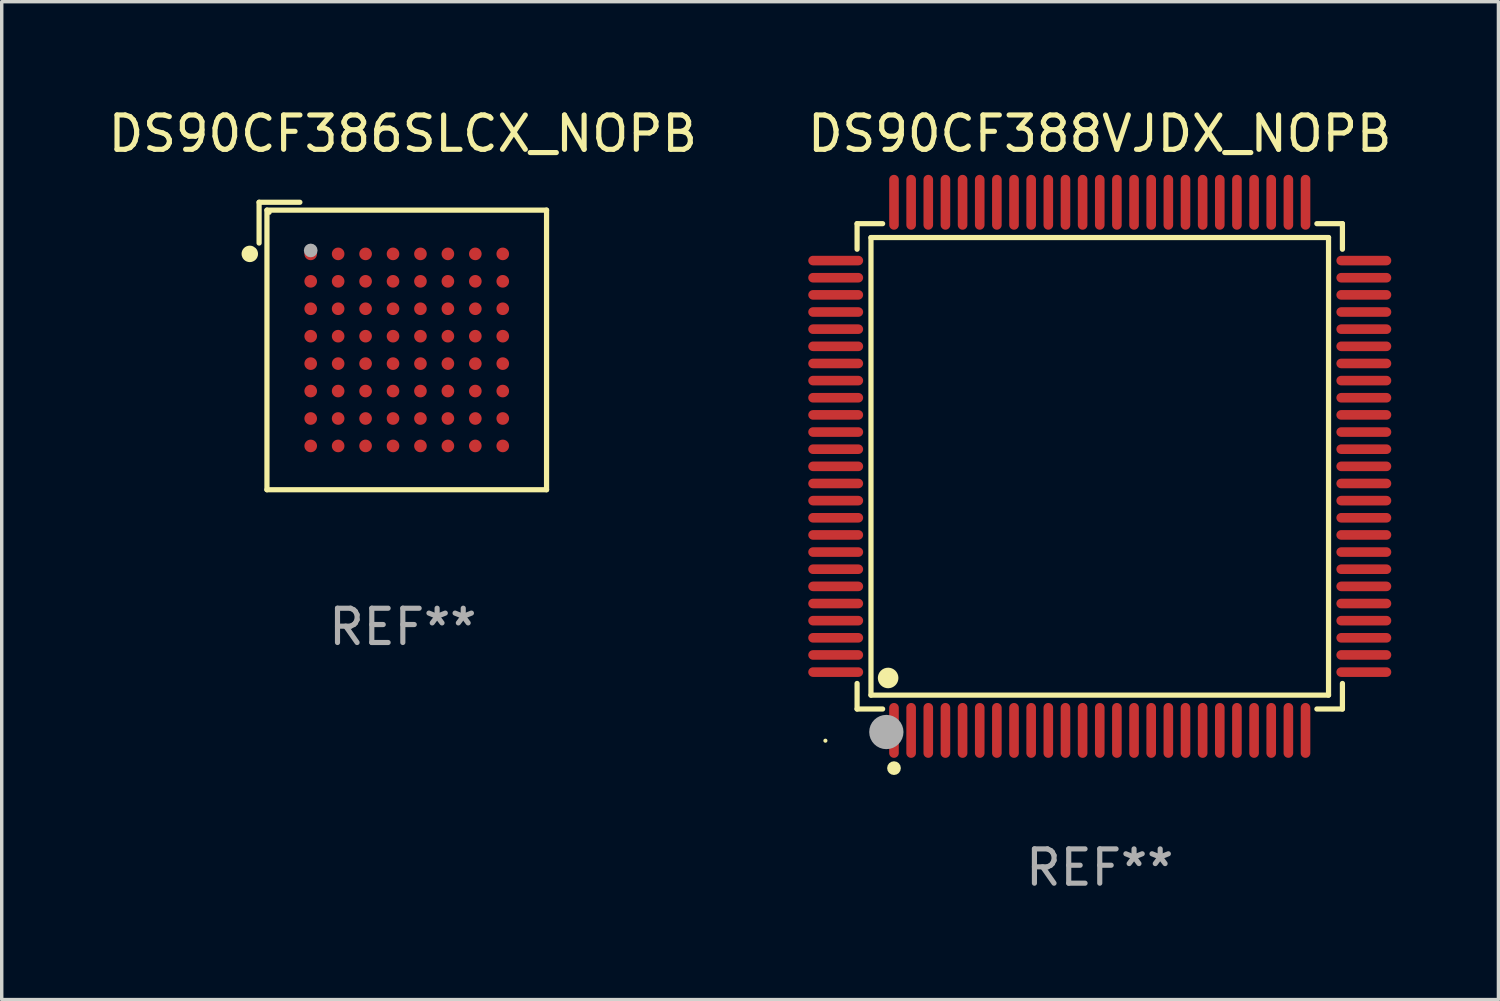
<source format=kicad_pcb>
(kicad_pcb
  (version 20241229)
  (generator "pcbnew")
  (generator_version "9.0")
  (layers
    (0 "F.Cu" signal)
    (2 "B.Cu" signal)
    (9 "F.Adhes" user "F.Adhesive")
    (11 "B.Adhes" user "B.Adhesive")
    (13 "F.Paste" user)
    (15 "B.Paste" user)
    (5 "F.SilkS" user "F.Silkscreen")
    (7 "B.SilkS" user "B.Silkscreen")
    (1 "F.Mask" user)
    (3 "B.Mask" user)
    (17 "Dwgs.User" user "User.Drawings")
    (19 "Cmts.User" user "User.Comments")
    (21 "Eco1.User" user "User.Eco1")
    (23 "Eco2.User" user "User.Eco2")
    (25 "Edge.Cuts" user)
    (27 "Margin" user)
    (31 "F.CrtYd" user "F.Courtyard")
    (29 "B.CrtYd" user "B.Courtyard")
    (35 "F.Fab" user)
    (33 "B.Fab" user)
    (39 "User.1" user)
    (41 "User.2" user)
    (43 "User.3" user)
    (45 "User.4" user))
  (footprint "DS90CF388VJDX_NOPB"
    (layer "F.Cu")
    (at 29.018 10.548)
    (property "Reference" "DS90CF388VJDX_NOPB" (at 0 -9.7 0) (layer "F.SilkS") (effects (font (size 1 1) (thickness 0.15))))
    (attr through_hole)
    (fp_line (start -7.076 -7.076) (end -6.331 -7.076) (stroke (width 0.152) (type solid)) (layer "F.SilkS"))
    (fp_line (start -7.076 -6.331) (end -7.076 -7.076) (stroke (width 0.152) (type solid)) (layer "F.SilkS"))
    (fp_line (start -7.076 6.331) (end -7.076 7.076) (stroke (width 0.152) (type solid)) (layer "F.SilkS"))
    (fp_line (start -7.076 7.076) (end -6.331 7.076) (stroke (width 0.152) (type solid)) (layer "F.SilkS"))
    (fp_line (start -6.671 -6.671) (end 6.671 -6.671) (stroke (width 0.152) (type solid)) (layer "F.SilkS"))
    (fp_line (start -6.671 6.671) (end -6.671 -6.671) (stroke (width 0.152) (type solid)) (layer "F.SilkS"))
    (fp_line (start 6.671 -6.671) (end 6.671 6.671) (stroke (width 0.152) (type solid)) (layer "F.SilkS"))
    (fp_line (start 6.671 6.671) (end -6.671 6.671) (stroke (width 0.152) (type solid)) (layer "F.SilkS"))
    (fp_line (start 7.076 -7.076) (end 6.331 -7.076) (stroke (width 0.152) (type solid)) (layer "F.SilkS"))
    (fp_line (start 7.076 -6.331) (end 7.076 -7.076) (stroke (width 0.152) (type solid)) (layer "F.SilkS"))
    (fp_line (start 7.076 6.331) (end 7.076 7.076) (stroke (width 0.152) (type solid)) (layer "F.SilkS"))
    (fp_line (start 7.076 7.076) (end 6.331 7.076) (stroke (width 0.152) (type solid)) (layer "F.SilkS"))
    (fp_circle (center -8 8) (end -7.97 8) (stroke (width 0.06) (type solid)) (fill no) (layer "F.SilkS"))
    (fp_circle (center -6.171 6.171) (end -6.021 6.171) (stroke (width 0.3) (type solid)) (fill no) (layer "F.SilkS"))
    (fp_circle (center -6 8.8) (end -5.9 8.8) (stroke (width 0.2) (type solid)) (fill no) (layer "F.SilkS"))
    (fp_circle (center -6.223 7.747) (end -5.973 7.747) (stroke (width 0.5) (type solid)) (fill no) (layer "F.Fab"))
    (fp_text user "REF**" (at 0 11.7 0) (layer "F.Fab") (effects (font (size 1 1) (thickness 0.15))))
    (pad "1" smd oval (at -6 7.7) (size 0.28 1.6) (layers "F.Cu" "F.Mask" "F.Paste"))
    (pad "2" smd oval (at -5.5 7.7) (size 0.28 1.6) (layers "F.Cu" "F.Mask" "F.Paste"))
    (pad "3" smd oval (at -5 7.7) (size 0.28 1.6) (layers "F.Cu" "F.Mask" "F.Paste"))
    (pad "4" smd oval (at -4.5 7.7) (size 0.28 1.6) (layers "F.Cu" "F.Mask" "F.Paste"))
    (pad "5" smd oval (at -4 7.7) (size 0.28 1.6) (layers "F.Cu" "F.Mask" "F.Paste"))
    (pad "6" smd oval (at -3.5 7.7) (size 0.28 1.6) (layers "F.Cu" "F.Mask" "F.Paste"))
    (pad "7" smd oval (at -3 7.7) (size 0.28 1.6) (layers "F.Cu" "F.Mask" "F.Paste"))
    (pad "8" smd oval (at -2.5 7.7) (size 0.28 1.6) (layers "F.Cu" "F.Mask" "F.Paste"))
    (pad "9" smd oval (at -2 7.7) (size 0.28 1.6) (layers "F.Cu" "F.Mask" "F.Paste"))
    (pad "10" smd oval (at -1.5 7.7) (size 0.28 1.6) (layers "F.Cu" "F.Mask" "F.Paste"))
    (pad "11" smd oval (at -1 7.7) (size 0.28 1.6) (layers "F.Cu" "F.Mask" "F.Paste"))
    (pad "12" smd oval (at -0.5 7.7) (size 0.28 1.6) (layers "F.Cu" "F.Mask" "F.Paste"))
    (pad "13" smd oval (at 0 7.7) (size 0.28 1.6) (layers "F.Cu" "F.Mask" "F.Paste"))
    (pad "14" smd oval (at 0.5 7.7) (size 0.28 1.6) (layers "F.Cu" "F.Mask" "F.Paste"))
    (pad "15" smd oval (at 1 7.7) (size 0.28 1.6) (layers "F.Cu" "F.Mask" "F.Paste"))
    (pad "16" smd oval (at 1.5 7.7) (size 0.28 1.6) (layers "F.Cu" "F.Mask" "F.Paste"))
    (pad "17" smd oval (at 2 7.7) (size 0.28 1.6) (layers "F.Cu" "F.Mask" "F.Paste"))
    (pad "18" smd oval (at 2.5 7.7) (size 0.28 1.6) (layers "F.Cu" "F.Mask" "F.Paste"))
    (pad "19" smd oval (at 3 7.7) (size 0.28 1.6) (layers "F.Cu" "F.Mask" "F.Paste"))
    (pad "20" smd oval (at 3.5 7.7) (size 0.28 1.6) (layers "F.Cu" "F.Mask" "F.Paste"))
    (pad "21" smd oval (at 4 7.7) (size 0.28 1.6) (layers "F.Cu" "F.Mask" "F.Paste"))
    (pad "22" smd oval (at 4.5 7.7) (size 0.28 1.6) (layers "F.Cu" "F.Mask" "F.Paste"))
    (pad "23" smd oval (at 5 7.7) (size 0.28 1.6) (layers "F.Cu" "F.Mask" "F.Paste"))
    (pad "24" smd oval (at 5.5 7.7) (size 0.28 1.6) (layers "F.Cu" "F.Mask" "F.Paste"))
    (pad "25" smd oval (at 6 7.7) (size 0.28 1.6) (layers "F.Cu" "F.Mask" "F.Paste"))
    (pad "26" smd oval (at 7.7 6) (size 1.6 0.28) (layers "F.Cu" "F.Mask" "F.Paste"))
    (pad "27" smd oval (at 7.7 5.5) (size 1.6 0.28) (layers "F.Cu" "F.Mask" "F.Paste"))
    (pad "28" smd oval (at 7.7 5) (size 1.6 0.28) (layers "F.Cu" "F.Mask" "F.Paste"))
    (pad "29" smd oval (at 7.7 4.5) (size 1.6 0.28) (layers "F.Cu" "F.Mask" "F.Paste"))
    (pad "30" smd oval (at 7.7 4) (size 1.6 0.28) (layers "F.Cu" "F.Mask" "F.Paste"))
    (pad "31" smd oval (at 7.7 3.5) (size 1.6 0.28) (layers "F.Cu" "F.Mask" "F.Paste"))
    (pad "32" smd oval (at 7.7 3) (size 1.6 0.28) (layers "F.Cu" "F.Mask" "F.Paste"))
    (pad "33" smd oval (at 7.7 2.5) (size 1.6 0.28) (layers "F.Cu" "F.Mask" "F.Paste"))
    (pad "34" smd oval (at 7.7 2) (size 1.6 0.28) (layers "F.Cu" "F.Mask" "F.Paste"))
    (pad "35" smd oval (at 7.7 1.5) (size 1.6 0.28) (layers "F.Cu" "F.Mask" "F.Paste"))
    (pad "36" smd oval (at 7.7 1) (size 1.6 0.28) (layers "F.Cu" "F.Mask" "F.Paste"))
    (pad "37" smd oval (at 7.7 0.5) (size 1.6 0.28) (layers "F.Cu" "F.Mask" "F.Paste"))
    (pad "38" smd oval (at 7.7 0) (size 1.6 0.28) (layers "F.Cu" "F.Mask" "F.Paste"))
    (pad "39" smd oval (at 7.7 -0.5) (size 1.6 0.28) (layers "F.Cu" "F.Mask" "F.Paste"))
    (pad "40" smd oval (at 7.7 -1) (size 1.6 0.28) (layers "F.Cu" "F.Mask" "F.Paste"))
    (pad "41" smd oval (at 7.7 -1.5) (size 1.6 0.28) (layers "F.Cu" "F.Mask" "F.Paste"))
    (pad "42" smd oval (at 7.7 -2) (size 1.6 0.28) (layers "F.Cu" "F.Mask" "F.Paste"))
    (pad "43" smd oval (at 7.7 -2.5) (size 1.6 0.28) (layers "F.Cu" "F.Mask" "F.Paste"))
    (pad "44" smd oval (at 7.7 -3) (size 1.6 0.28) (layers "F.Cu" "F.Mask" "F.Paste"))
    (pad "45" smd oval (at 7.7 -3.5) (size 1.6 0.28) (layers "F.Cu" "F.Mask" "F.Paste"))
    (pad "46" smd oval (at 7.7 -4) (size 1.6 0.28) (layers "F.Cu" "F.Mask" "F.Paste"))
    (pad "47" smd oval (at 7.7 -4.5) (size 1.6 0.28) (layers "F.Cu" "F.Mask" "F.Paste"))
    (pad "48" smd oval (at 7.7 -5) (size 1.6 0.28) (layers "F.Cu" "F.Mask" "F.Paste"))
    (pad "49" smd oval (at 7.7 -5.5) (size 1.6 0.28) (layers "F.Cu" "F.Mask" "F.Paste"))
    (pad "50" smd oval (at 7.7 -6) (size 1.6 0.28) (layers "F.Cu" "F.Mask" "F.Paste"))
    (pad "51" smd oval (at 6 -7.7) (size 0.28 1.6) (layers "F.Cu" "F.Mask" "F.Paste"))
    (pad "52" smd oval (at 5.5 -7.7) (size 0.28 1.6) (layers "F.Cu" "F.Mask" "F.Paste"))
    (pad "53" smd oval (at 5 -7.7) (size 0.28 1.6) (layers "F.Cu" "F.Mask" "F.Paste"))
    (pad "54" smd oval (at 4.5 -7.7) (size 0.28 1.6) (layers "F.Cu" "F.Mask" "F.Paste"))
    (pad "55" smd oval (at 4 -7.7) (size 0.28 1.6) (layers "F.Cu" "F.Mask" "F.Paste"))
    (pad "56" smd oval (at 3.5 -7.7) (size 0.28 1.6) (layers "F.Cu" "F.Mask" "F.Paste"))
    (pad "57" smd oval (at 3 -7.7) (size 0.28 1.6) (layers "F.Cu" "F.Mask" "F.Paste"))
    (pad "58" smd oval (at 2.5 -7.7) (size 0.28 1.6) (layers "F.Cu" "F.Mask" "F.Paste"))
    (pad "59" smd oval (at 2 -7.7) (size 0.28 1.6) (layers "F.Cu" "F.Mask" "F.Paste"))
    (pad "60" smd oval (at 1.5 -7.7) (size 0.28 1.6) (layers "F.Cu" "F.Mask" "F.Paste"))
    (pad "61" smd oval (at 1 -7.7) (size 0.28 1.6) (layers "F.Cu" "F.Mask" "F.Paste"))
    (pad "62" smd oval (at 0.5 -7.7) (size 0.28 1.6) (layers "F.Cu" "F.Mask" "F.Paste"))
    (pad "63" smd oval (at 0 -7.7) (size 0.28 1.6) (layers "F.Cu" "F.Mask" "F.Paste"))
    (pad "64" smd oval (at -0.5 -7.7) (size 0.28 1.6) (layers "F.Cu" "F.Mask" "F.Paste"))
    (pad "65" smd oval (at -1 -7.7) (size 0.28 1.6) (layers "F.Cu" "F.Mask" "F.Paste"))
    (pad "66" smd oval (at -1.5 -7.7) (size 0.28 1.6) (layers "F.Cu" "F.Mask" "F.Paste"))
    (pad "67" smd oval (at -2 -7.7) (size 0.28 1.6) (layers "F.Cu" "F.Mask" "F.Paste"))
    (pad "68" smd oval (at -2.5 -7.7) (size 0.28 1.6) (layers "F.Cu" "F.Mask" "F.Paste"))
    (pad "69" smd oval (at -3 -7.7) (size 0.28 1.6) (layers "F.Cu" "F.Mask" "F.Paste"))
    (pad "70" smd oval (at -3.5 -7.7) (size 0.28 1.6) (layers "F.Cu" "F.Mask" "F.Paste"))
    (pad "71" smd oval (at -4 -7.7) (size 0.28 1.6) (layers "F.Cu" "F.Mask" "F.Paste"))
    (pad "72" smd oval (at -4.5 -7.7) (size 0.28 1.6) (layers "F.Cu" "F.Mask" "F.Paste"))
    (pad "73" smd oval (at -5 -7.7) (size 0.28 1.6) (layers "F.Cu" "F.Mask" "F.Paste"))
    (pad "74" smd oval (at -5.5 -7.7) (size 0.28 1.6) (layers "F.Cu" "F.Mask" "F.Paste"))
    (pad "75" smd oval (at -6 -7.7) (size 0.28 1.6) (layers "F.Cu" "F.Mask" "F.Paste"))
    (pad "76" smd oval (at -7.7 -6) (size 1.6 0.28) (layers "F.Cu" "F.Mask" "F.Paste"))
    (pad "77" smd oval (at -7.7 -5.5) (size 1.6 0.28) (layers "F.Cu" "F.Mask" "F.Paste"))
    (pad "78" smd oval (at -7.7 -5) (size 1.6 0.28) (layers "F.Cu" "F.Mask" "F.Paste"))
    (pad "79" smd oval (at -7.7 -4.5) (size 1.6 0.28) (layers "F.Cu" "F.Mask" "F.Paste"))
    (pad "80" smd oval (at -7.7 -4) (size 1.6 0.28) (layers "F.Cu" "F.Mask" "F.Paste"))
    (pad "81" smd oval (at -7.7 -3.5) (size 1.6 0.28) (layers "F.Cu" "F.Mask" "F.Paste"))
    (pad "82" smd oval (at -7.7 -3) (size 1.6 0.28) (layers "F.Cu" "F.Mask" "F.Paste"))
    (pad "83" smd oval (at -7.7 -2.5) (size 1.6 0.28) (layers "F.Cu" "F.Mask" "F.Paste"))
    (pad "84" smd oval (at -7.7 -2) (size 1.6 0.28) (layers "F.Cu" "F.Mask" "F.Paste"))
    (pad "85" smd oval (at -7.7 -1.5) (size 1.6 0.28) (layers "F.Cu" "F.Mask" "F.Paste"))
    (pad "86" smd oval (at -7.7 -1) (size 1.6 0.28) (layers "F.Cu" "F.Mask" "F.Paste"))
    (pad "87" smd oval (at -7.7 -0.5) (size 1.6 0.28) (layers "F.Cu" "F.Mask" "F.Paste"))
    (pad "88" smd oval (at -7.7 0) (size 1.6 0.28) (layers "F.Cu" "F.Mask" "F.Paste"))
    (pad "89" smd oval (at -7.7 0.5) (size 1.6 0.28) (layers "F.Cu" "F.Mask" "F.Paste"))
    (pad "90" smd oval (at -7.7 1) (size 1.6 0.28) (layers "F.Cu" "F.Mask" "F.Paste"))
    (pad "91" smd oval (at -7.7 1.5) (size 1.6 0.28) (layers "F.Cu" "F.Mask" "F.Paste"))
    (pad "92" smd oval (at -7.7 2) (size 1.6 0.28) (layers "F.Cu" "F.Mask" "F.Paste"))
    (pad "93" smd oval (at -7.7 2.5) (size 1.6 0.28) (layers "F.Cu" "F.Mask" "F.Paste"))
    (pad "94" smd oval (at -7.7 3) (size 1.6 0.28) (layers "F.Cu" "F.Mask" "F.Paste"))
    (pad "95" smd oval (at -7.7 3.5) (size 1.6 0.28) (layers "F.Cu" "F.Mask" "F.Paste"))
    (pad "96" smd oval (at -7.7 4) (size 1.6 0.28) (layers "F.Cu" "F.Mask" "F.Paste"))
    (pad "97" smd oval (at -7.7 4.5) (size 1.6 0.28) (layers "F.Cu" "F.Mask" "F.Paste"))
    (pad "98" smd oval (at -7.7 5) (size 1.6 0.28) (layers "F.Cu" "F.Mask" "F.Paste"))
    (pad "99" smd oval (at -7.7 5.5) (size 1.6 0.28) (layers "F.Cu" "F.Mask" "F.Paste"))
    (pad "100" smd oval (at -7.7 6) (size 1.6 0.28) (layers "F.Cu" "F.Mask" "F.Paste")))
  (footprint "DS90CF386SLCX_NOPB"
    (layer "F.Cu")
    (at 8.696 7.039)
    (property "Reference" "DS90CF386SLCX_NOPB" (at 0 -6.191 0) (layer "F.SilkS") (effects (font (size 1 1) (thickness 0.15))))
    (attr through_hole)
    (fp_line (start -4.191 -4.191) (end -3.002 -4.191) (stroke (width 0.152) (type solid)) (layer "F.SilkS"))
    (fp_line (start -4.191 -3.002) (end -4.191 -4.191) (stroke (width 0.152) (type solid)) (layer "F.SilkS"))
    (fp_line (start -3.962 -3.962) (end 4.191 -3.962) (stroke (width 0.152) (type solid)) (layer "F.SilkS"))
    (fp_line (start -3.962 4.191) (end -3.962 -3.962) (stroke (width 0.152) (type solid)) (layer "F.SilkS"))
    (fp_line (start 4.191 -3.962) (end 4.191 4.191) (stroke (width 0.152) (type solid)) (layer "F.SilkS"))
    (fp_line (start 4.191 4.191) (end -3.962 4.191) (stroke (width 0.152) (type solid)) (layer "F.SilkS"))
    (fp_circle (center -4.462 -2.686) (end -4.342 -2.686) (stroke (width 0.24) (type solid)) (fill no) (layer "F.SilkS"))
    (fp_circle (center -3.886 -3.886) (end -3.856 -3.886) (stroke (width 0.06) (type solid)) (fill no) (layer "F.SilkS"))
    (fp_circle (center -2.686 -2.786) (end -2.586 -2.786) (stroke (width 0.2) (type solid)) (fill no) (layer "F.Fab"))
    (fp_text user "REF**" (at 0 8.191 0) (layer "F.Fab") (effects (font (size 1 1) (thickness 0.15))))
    (pad "A1" smd circle (at -2.686 -2.686) (size 0.368 0.368) (layers "F.Cu" "F.Mask" "F.Paste"))
    (pad "A2" smd circle (at -1.886 -2.686) (size 0.368 0.368) (layers "F.Cu" "F.Mask" "F.Paste"))
    (pad "A3" smd circle (at -1.086 -2.686) (size 0.368 0.368) (layers "F.Cu" "F.Mask" "F.Paste"))
    (pad "A4" smd circle (at -0.286 -2.686) (size 0.368 0.368) (layers "F.Cu" "F.Mask" "F.Paste"))
    (pad "A5" smd circle (at 0.514 -2.686) (size 0.368 0.368) (layers "F.Cu" "F.Mask" "F.Paste"))
    (pad "A6" smd circle (at 1.314 -2.686) (size 0.368 0.368) (layers "F.Cu" "F.Mask" "F.Paste"))
    (pad "A7" smd circle (at 2.114 -2.686) (size 0.368 0.368) (layers "F.Cu" "F.Mask" "F.Paste"))
    (pad "A8" smd circle (at 2.914 -2.686) (size 0.368 0.368) (layers "F.Cu" "F.Mask" "F.Paste"))
    (pad "B1" smd circle (at -2.686 -1.886) (size 0.368 0.368) (layers "F.Cu" "F.Mask" "F.Paste"))
    (pad "B2" smd circle (at -1.886 -1.886) (size 0.368 0.368) (layers "F.Cu" "F.Mask" "F.Paste"))
    (pad "B3" smd circle (at -1.086 -1.886) (size 0.368 0.368) (layers "F.Cu" "F.Mask" "F.Paste"))
    (pad "B4" smd circle (at -0.286 -1.886) (size 0.368 0.368) (layers "F.Cu" "F.Mask" "F.Paste"))
    (pad "B5" smd circle (at 0.514 -1.886) (size 0.368 0.368) (layers "F.Cu" "F.Mask" "F.Paste"))
    (pad "B6" smd circle (at 1.314 -1.886) (size 0.368 0.368) (layers "F.Cu" "F.Mask" "F.Paste"))
    (pad "B7" smd circle (at 2.114 -1.886) (size 0.368 0.368) (layers "F.Cu" "F.Mask" "F.Paste"))
    (pad "B8" smd circle (at 2.914 -1.886) (size 0.368 0.368) (layers "F.Cu" "F.Mask" "F.Paste"))
    (pad "C1" smd circle (at -2.686 -1.086) (size 0.368 0.368) (layers "F.Cu" "F.Mask" "F.Paste"))
    (pad "C2" smd circle (at -1.886 -1.086) (size 0.368 0.368) (layers "F.Cu" "F.Mask" "F.Paste"))
    (pad "C3" smd circle (at -1.086 -1.086) (size 0.368 0.368) (layers "F.Cu" "F.Mask" "F.Paste"))
    (pad "C4" smd circle (at -0.286 -1.086) (size 0.368 0.368) (layers "F.Cu" "F.Mask" "F.Paste"))
    (pad "C5" smd circle (at 0.514 -1.086) (size 0.368 0.368) (layers "F.Cu" "F.Mask" "F.Paste"))
    (pad "C6" smd circle (at 1.314 -1.086) (size 0.368 0.368) (layers "F.Cu" "F.Mask" "F.Paste"))
    (pad "C7" smd circle (at 2.114 -1.086) (size 0.368 0.368) (layers "F.Cu" "F.Mask" "F.Paste"))
    (pad "C8" smd circle (at 2.914 -1.086) (size 0.368 0.368) (layers "F.Cu" "F.Mask" "F.Paste"))
    (pad "D1" smd circle (at -2.686 -0.286) (size 0.368 0.368) (layers "F.Cu" "F.Mask" "F.Paste"))
    (pad "D2" smd circle (at -1.886 -0.286) (size 0.368 0.368) (layers "F.Cu" "F.Mask" "F.Paste"))
    (pad "D3" smd circle (at -1.086 -0.286) (size 0.368 0.368) (layers "F.Cu" "F.Mask" "F.Paste"))
    (pad "D4" smd circle (at -0.286 -0.286) (size 0.368 0.368) (layers "F.Cu" "F.Mask" "F.Paste"))
    (pad "D5" smd circle (at 0.514 -0.286) (size 0.368 0.368) (layers "F.Cu" "F.Mask" "F.Paste"))
    (pad "D6" smd circle (at 1.314 -0.286) (size 0.368 0.368) (layers "F.Cu" "F.Mask" "F.Paste"))
    (pad "D7" smd circle (at 2.114 -0.286) (size 0.368 0.368) (layers "F.Cu" "F.Mask" "F.Paste"))
    (pad "D8" smd circle (at 2.914 -0.286) (size 0.368 0.368) (layers "F.Cu" "F.Mask" "F.Paste"))
    (pad "E1" smd circle (at -2.686 0.514) (size 0.368 0.368) (layers "F.Cu" "F.Mask" "F.Paste"))
    (pad "E2" smd circle (at -1.886 0.514) (size 0.368 0.368) (layers "F.Cu" "F.Mask" "F.Paste"))
    (pad "E3" smd circle (at -1.086 0.514) (size 0.368 0.368) (layers "F.Cu" "F.Mask" "F.Paste"))
    (pad "E4" smd circle (at -0.286 0.514) (size 0.368 0.368) (layers "F.Cu" "F.Mask" "F.Paste"))
    (pad "E5" smd circle (at 0.514 0.514) (size 0.368 0.368) (layers "F.Cu" "F.Mask" "F.Paste"))
    (pad "E6" smd circle (at 1.314 0.514) (size 0.368 0.368) (layers "F.Cu" "F.Mask" "F.Paste"))
    (pad "E7" smd circle (at 2.114 0.514) (size 0.368 0.368) (layers "F.Cu" "F.Mask" "F.Paste"))
    (pad "E8" smd circle (at 2.914 0.514) (size 0.368 0.368) (layers "F.Cu" "F.Mask" "F.Paste"))
    (pad "F1" smd circle (at -2.686 1.314) (size 0.368 0.368) (layers "F.Cu" "F.Mask" "F.Paste"))
    (pad "F2" smd circle (at -1.886 1.314) (size 0.368 0.368) (layers "F.Cu" "F.Mask" "F.Paste"))
    (pad "F3" smd circle (at -1.086 1.314) (size 0.368 0.368) (layers "F.Cu" "F.Mask" "F.Paste"))
    (pad "F4" smd circle (at -0.286 1.314) (size 0.368 0.368) (layers "F.Cu" "F.Mask" "F.Paste"))
    (pad "F5" smd circle (at 0.514 1.314) (size 0.368 0.368) (layers "F.Cu" "F.Mask" "F.Paste"))
    (pad "F6" smd circle (at 1.314 1.314) (size 0.368 0.368) (layers "F.Cu" "F.Mask" "F.Paste"))
    (pad "F7" smd circle (at 2.114 1.314) (size 0.368 0.368) (layers "F.Cu" "F.Mask" "F.Paste"))
    (pad "F8" smd circle (at 2.914 1.314) (size 0.368 0.368) (layers "F.Cu" "F.Mask" "F.Paste"))
    (pad "G1" smd circle (at -2.686 2.114) (size 0.368 0.368) (layers "F.Cu" "F.Mask" "F.Paste"))
    (pad "G2" smd circle (at -1.886 2.114) (size 0.368 0.368) (layers "F.Cu" "F.Mask" "F.Paste"))
    (pad "G3" smd circle (at -1.086 2.114) (size 0.368 0.368) (layers "F.Cu" "F.Mask" "F.Paste"))
    (pad "G4" smd circle (at -0.286 2.114) (size 0.368 0.368) (layers "F.Cu" "F.Mask" "F.Paste"))
    (pad "G5" smd circle (at 0.514 2.114) (size 0.368 0.368) (layers "F.Cu" "F.Mask" "F.Paste"))
    (pad "G6" smd circle (at 1.314 2.114) (size 0.368 0.368) (layers "F.Cu" "F.Mask" "F.Paste"))
    (pad "G7" smd circle (at 2.114 2.114) (size 0.368 0.368) (layers "F.Cu" "F.Mask" "F.Paste"))
    (pad "G8" smd circle (at 2.914 2.114) (size 0.368 0.368) (layers "F.Cu" "F.Mask" "F.Paste"))
    (pad "H1" smd circle (at -2.686 2.914) (size 0.368 0.368) (layers "F.Cu" "F.Mask" "F.Paste"))
    (pad "H2" smd circle (at -1.886 2.914) (size 0.368 0.368) (layers "F.Cu" "F.Mask" "F.Paste"))
    (pad "H3" smd circle (at -1.086 2.914) (size 0.368 0.368) (layers "F.Cu" "F.Mask" "F.Paste"))
    (pad "H4" smd circle (at -0.286 2.914) (size 0.368 0.368) (layers "F.Cu" "F.Mask" "F.Paste"))
    (pad "H5" smd circle (at 0.514 2.914) (size 0.368 0.368) (layers "F.Cu" "F.Mask" "F.Paste"))
    (pad "H6" smd circle (at 1.314 2.914) (size 0.368 0.368) (layers "F.Cu" "F.Mask" "F.Paste"))
    (pad "H7" smd circle (at 2.114 2.914) (size 0.368 0.368) (layers "F.Cu" "F.Mask" "F.Paste"))
    (pad "H8" smd circle (at 2.914 2.914) (size 0.368 0.368) (layers "F.Cu" "F.Mask" "F.Paste")))
  (gr_rect
    (start -3 -3)
    (end 40.643 26.097)
    (stroke (width 0.1) (type default))
    (fill no)
    (layer "Edge.Cuts")))
</source>
